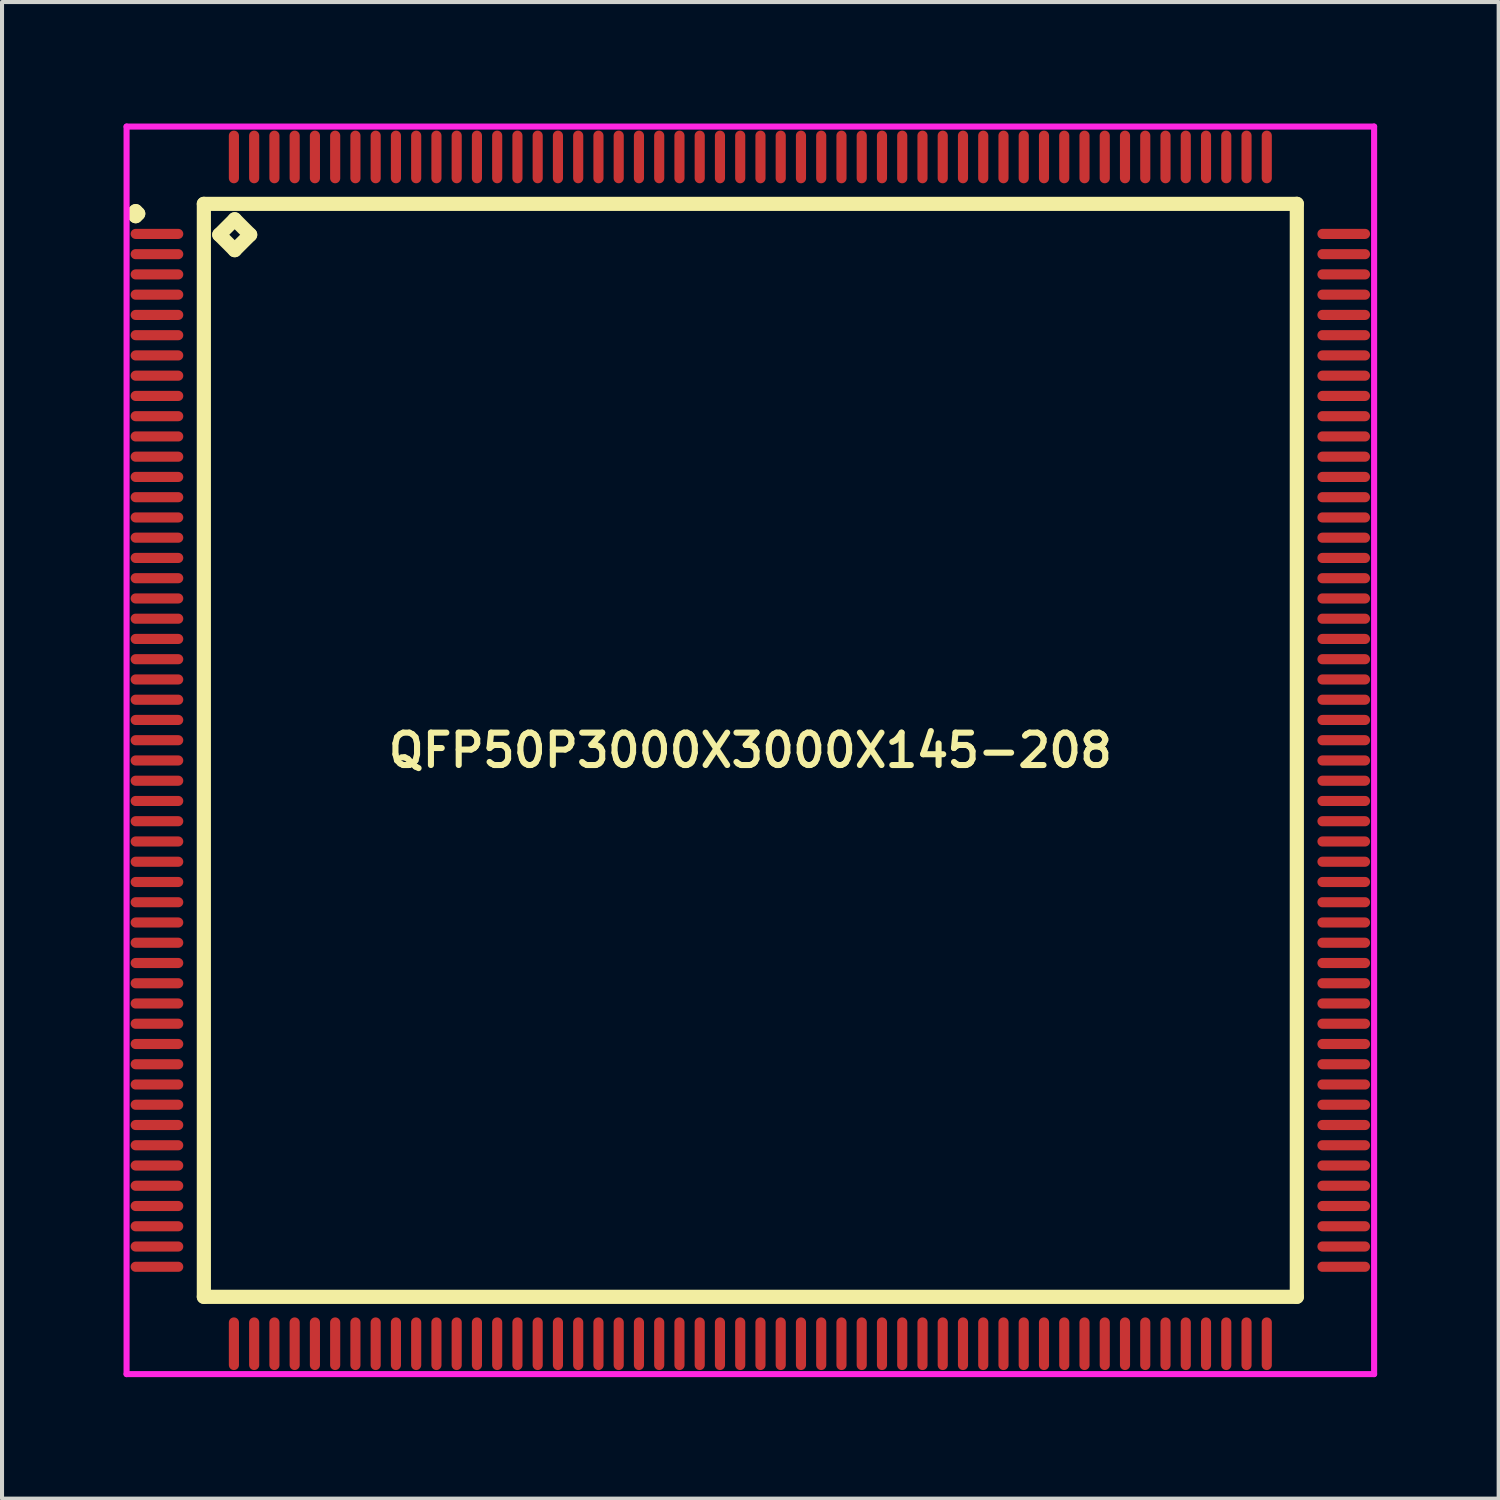
<source format=kicad_pcb>
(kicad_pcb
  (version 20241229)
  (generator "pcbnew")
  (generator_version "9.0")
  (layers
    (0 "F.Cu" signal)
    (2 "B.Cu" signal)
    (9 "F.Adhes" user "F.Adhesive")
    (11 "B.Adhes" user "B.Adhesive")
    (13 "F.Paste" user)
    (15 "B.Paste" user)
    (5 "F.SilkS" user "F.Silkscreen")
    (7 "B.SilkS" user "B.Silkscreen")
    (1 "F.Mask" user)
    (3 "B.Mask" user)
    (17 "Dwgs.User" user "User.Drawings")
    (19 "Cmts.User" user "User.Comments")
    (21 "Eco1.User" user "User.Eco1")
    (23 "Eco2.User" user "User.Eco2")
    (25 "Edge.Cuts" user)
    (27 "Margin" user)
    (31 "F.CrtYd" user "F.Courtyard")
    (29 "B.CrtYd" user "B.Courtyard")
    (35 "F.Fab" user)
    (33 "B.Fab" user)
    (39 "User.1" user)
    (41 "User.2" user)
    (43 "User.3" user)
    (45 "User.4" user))
  (footprint "QFP50P3000X3000X145-208"
    (layer "F.Cu")
    (at 15.475 15.475)
    (property "Reference" "QFP50P3000X3000X145-208" (at 0 0 0) (layer "F.SilkS") (effects (font (size 0.8 0.8) (thickness 0.15))))
    (attr smd)
    (fp_line (start -15.238 -13.25) (end -15.175 -13.312) (stroke (width 0.35) (type solid)) (layer "F.SilkS"))
    (fp_line (start -15.175 -13.312) (end -15.113 -13.25) (stroke (width 0.35) (type solid)) (layer "F.SilkS"))
    (fp_line (start -15.175 -13.188) (end -15.238 -13.25) (stroke (width 0.35) (type solid)) (layer "F.SilkS"))
    (fp_line (start -15.113 -13.25) (end -15.175 -13.188) (stroke (width 0.35) (type solid)) (layer "F.SilkS"))
    (fp_line (start -13.492 -13.492) (end -13.492 13.492) (stroke (width 0.35) (type solid)) (layer "F.SilkS"))
    (fp_line (start -13.492 13.492) (end 13.492 13.492) (stroke (width 0.35) (type solid)) (layer "F.SilkS"))
    (fp_line (start -13.111 -12.73) (end -12.73 -13.111) (stroke (width 0.35) (type solid)) (layer "F.SilkS"))
    (fp_line (start -12.73 -13.111) (end -12.349 -12.73) (stroke (width 0.35) (type solid)) (layer "F.SilkS"))
    (fp_line (start -12.73 -12.349) (end -13.111 -12.73) (stroke (width 0.35) (type solid)) (layer "F.SilkS"))
    (fp_line (start -12.349 -12.73) (end -12.73 -12.349) (stroke (width 0.35) (type solid)) (layer "F.SilkS"))
    (fp_line (start 13.492 -13.492) (end -13.492 -13.492) (stroke (width 0.35) (type solid)) (layer "F.SilkS"))
    (fp_line (start 13.492 13.492) (end 13.492 -13.492) (stroke (width 0.35) (type solid)) (layer "F.SilkS"))
    (fp_line (start -15.4 -15.4) (end 15.4 -15.4) (stroke (width 0.15) (type solid)) (layer "F.CrtYd"))
    (fp_line (start -15.4 15.4) (end -15.4 -15.4) (stroke (width 0.15) (type solid)) (layer "F.CrtYd"))
    (fp_line (start 15.4 -15.4) (end 15.4 15.4) (stroke (width 0.15) (type solid)) (layer "F.CrtYd"))
    (fp_line (start 15.4 15.4) (end -15.4 15.4) (stroke (width 0.15) (type solid)) (layer "F.CrtYd"))
    (pad "1" smd oval (at -14.65 -12.75) (size 1.3 0.25) (layers "F.Cu" "F.Mask" "F.Paste"))
    (pad "2" smd oval (at -14.65 -12.25) (size 1.3 0.25) (layers "F.Cu" "F.Mask" "F.Paste"))
    (pad "3" smd oval (at -14.65 -11.75) (size 1.3 0.25) (layers "F.Cu" "F.Mask" "F.Paste"))
    (pad "4" smd oval (at -14.65 -11.25) (size 1.3 0.25) (layers "F.Cu" "F.Mask" "F.Paste"))
    (pad "5" smd oval (at -14.65 -10.75) (size 1.3 0.25) (layers "F.Cu" "F.Mask" "F.Paste"))
    (pad "6" smd oval (at -14.65 -10.25) (size 1.3 0.25) (layers "F.Cu" "F.Mask" "F.Paste"))
    (pad "7" smd oval (at -14.65 -9.75) (size 1.3 0.25) (layers "F.Cu" "F.Mask" "F.Paste"))
    (pad "8" smd oval (at -14.65 -9.25) (size 1.3 0.25) (layers "F.Cu" "F.Mask" "F.Paste"))
    (pad "9" smd oval (at -14.65 -8.75) (size 1.3 0.25) (layers "F.Cu" "F.Mask" "F.Paste"))
    (pad "10" smd oval (at -14.65 -8.25) (size 1.3 0.25) (layers "F.Cu" "F.Mask" "F.Paste"))
    (pad "11" smd oval (at -14.65 -7.75) (size 1.3 0.25) (layers "F.Cu" "F.Mask" "F.Paste"))
    (pad "12" smd oval (at -14.65 -7.25) (size 1.3 0.25) (layers "F.Cu" "F.Mask" "F.Paste"))
    (pad "13" smd oval (at -14.65 -6.75) (size 1.3 0.25) (layers "F.Cu" "F.Mask" "F.Paste"))
    (pad "14" smd oval (at -14.65 -6.25) (size 1.3 0.25) (layers "F.Cu" "F.Mask" "F.Paste"))
    (pad "15" smd oval (at -14.65 -5.75) (size 1.3 0.25) (layers "F.Cu" "F.Mask" "F.Paste"))
    (pad "16" smd oval (at -14.65 -5.25) (size 1.3 0.25) (layers "F.Cu" "F.Mask" "F.Paste"))
    (pad "17" smd oval (at -14.65 -4.75) (size 1.3 0.25) (layers "F.Cu" "F.Mask" "F.Paste"))
    (pad "18" smd oval (at -14.65 -4.25) (size 1.3 0.25) (layers "F.Cu" "F.Mask" "F.Paste"))
    (pad "19" smd oval (at -14.65 -3.75) (size 1.3 0.25) (layers "F.Cu" "F.Mask" "F.Paste"))
    (pad "20" smd oval (at -14.65 -3.25) (size 1.3 0.25) (layers "F.Cu" "F.Mask" "F.Paste"))
    (pad "21" smd oval (at -14.65 -2.75) (size 1.3 0.25) (layers "F.Cu" "F.Mask" "F.Paste"))
    (pad "22" smd oval (at -14.65 -2.25) (size 1.3 0.25) (layers "F.Cu" "F.Mask" "F.Paste"))
    (pad "23" smd oval (at -14.65 -1.75) (size 1.3 0.25) (layers "F.Cu" "F.Mask" "F.Paste"))
    (pad "24" smd oval (at -14.65 -1.25) (size 1.3 0.25) (layers "F.Cu" "F.Mask" "F.Paste"))
    (pad "25" smd oval (at -14.65 -0.75) (size 1.3 0.25) (layers "F.Cu" "F.Mask" "F.Paste"))
    (pad "26" smd oval (at -14.65 -0.25) (size 1.3 0.25) (layers "F.Cu" "F.Mask" "F.Paste"))
    (pad "27" smd oval (at -14.65 0.25) (size 1.3 0.25) (layers "F.Cu" "F.Mask" "F.Paste"))
    (pad "28" smd oval (at -14.65 0.75) (size 1.3 0.25) (layers "F.Cu" "F.Mask" "F.Paste"))
    (pad "29" smd oval (at -14.65 1.25) (size 1.3 0.25) (layers "F.Cu" "F.Mask" "F.Paste"))
    (pad "30" smd oval (at -14.65 1.75) (size 1.3 0.25) (layers "F.Cu" "F.Mask" "F.Paste"))
    (pad "31" smd oval (at -14.65 2.25) (size 1.3 0.25) (layers "F.Cu" "F.Mask" "F.Paste"))
    (pad "32" smd oval (at -14.65 2.75) (size 1.3 0.25) (layers "F.Cu" "F.Mask" "F.Paste"))
    (pad "33" smd oval (at -14.65 3.25) (size 1.3 0.25) (layers "F.Cu" "F.Mask" "F.Paste"))
    (pad "34" smd oval (at -14.65 3.75) (size 1.3 0.25) (layers "F.Cu" "F.Mask" "F.Paste"))
    (pad "35" smd oval (at -14.65 4.25) (size 1.3 0.25) (layers "F.Cu" "F.Mask" "F.Paste"))
    (pad "36" smd oval (at -14.65 4.75) (size 1.3 0.25) (layers "F.Cu" "F.Mask" "F.Paste"))
    (pad "37" smd oval (at -14.65 5.25) (size 1.3 0.25) (layers "F.Cu" "F.Mask" "F.Paste"))
    (pad "38" smd oval (at -14.65 5.75) (size 1.3 0.25) (layers "F.Cu" "F.Mask" "F.Paste"))
    (pad "39" smd oval (at -14.65 6.25) (size 1.3 0.25) (layers "F.Cu" "F.Mask" "F.Paste"))
    (pad "40" smd oval (at -14.65 6.75) (size 1.3 0.25) (layers "F.Cu" "F.Mask" "F.Paste"))
    (pad "41" smd oval (at -14.65 7.25) (size 1.3 0.25) (layers "F.Cu" "F.Mask" "F.Paste"))
    (pad "42" smd oval (at -14.65 7.75) (size 1.3 0.25) (layers "F.Cu" "F.Mask" "F.Paste"))
    (pad "43" smd oval (at -14.65 8.25) (size 1.3 0.25) (layers "F.Cu" "F.Mask" "F.Paste"))
    (pad "44" smd oval (at -14.65 8.75) (size 1.3 0.25) (layers "F.Cu" "F.Mask" "F.Paste"))
    (pad "45" smd oval (at -14.65 9.25) (size 1.3 0.25) (layers "F.Cu" "F.Mask" "F.Paste"))
    (pad "46" smd oval (at -14.65 9.75) (size 1.3 0.25) (layers "F.Cu" "F.Mask" "F.Paste"))
    (pad "47" smd oval (at -14.65 10.25) (size 1.3 0.25) (layers "F.Cu" "F.Mask" "F.Paste"))
    (pad "48" smd oval (at -14.65 10.75) (size 1.3 0.25) (layers "F.Cu" "F.Mask" "F.Paste"))
    (pad "49" smd oval (at -14.65 11.25) (size 1.3 0.25) (layers "F.Cu" "F.Mask" "F.Paste"))
    (pad "50" smd oval (at -14.65 11.75) (size 1.3 0.25) (layers "F.Cu" "F.Mask" "F.Paste"))
    (pad "51" smd oval (at -14.65 12.25) (size 1.3 0.25) (layers "F.Cu" "F.Mask" "F.Paste"))
    (pad "52" smd oval (at -14.65 12.75) (size 1.3 0.25) (layers "F.Cu" "F.Mask" "F.Paste"))
    (pad "53" smd oval (at -12.75 14.65) (size 0.25 1.3) (layers "F.Cu" "F.Mask" "F.Paste"))
    (pad "54" smd oval (at -12.25 14.65) (size 0.25 1.3) (layers "F.Cu" "F.Mask" "F.Paste"))
    (pad "55" smd oval (at -11.75 14.65) (size 0.25 1.3) (layers "F.Cu" "F.Mask" "F.Paste"))
    (pad "56" smd oval (at -11.25 14.65) (size 0.25 1.3) (layers "F.Cu" "F.Mask" "F.Paste"))
    (pad "57" smd oval (at -10.75 14.65) (size 0.25 1.3) (layers "F.Cu" "F.Mask" "F.Paste"))
    (pad "58" smd oval (at -10.25 14.65) (size 0.25 1.3) (layers "F.Cu" "F.Mask" "F.Paste"))
    (pad "59" smd oval (at -9.75 14.65) (size 0.25 1.3) (layers "F.Cu" "F.Mask" "F.Paste"))
    (pad "60" smd oval (at -9.25 14.65) (size 0.25 1.3) (layers "F.Cu" "F.Mask" "F.Paste"))
    (pad "61" smd oval (at -8.75 14.65) (size 0.25 1.3) (layers "F.Cu" "F.Mask" "F.Paste"))
    (pad "62" smd oval (at -8.25 14.65) (size 0.25 1.3) (layers "F.Cu" "F.Mask" "F.Paste"))
    (pad "63" smd oval (at -7.75 14.65) (size 0.25 1.3) (layers "F.Cu" "F.Mask" "F.Paste"))
    (pad "64" smd oval (at -7.25 14.65) (size 0.25 1.3) (layers "F.Cu" "F.Mask" "F.Paste"))
    (pad "65" smd oval (at -6.75 14.65) (size 0.25 1.3) (layers "F.Cu" "F.Mask" "F.Paste"))
    (pad "66" smd oval (at -6.25 14.65) (size 0.25 1.3) (layers "F.Cu" "F.Mask" "F.Paste"))
    (pad "67" smd oval (at -5.75 14.65) (size 0.25 1.3) (layers "F.Cu" "F.Mask" "F.Paste"))
    (pad "68" smd oval (at -5.25 14.65) (size 0.25 1.3) (layers "F.Cu" "F.Mask" "F.Paste"))
    (pad "69" smd oval (at -4.75 14.65) (size 0.25 1.3) (layers "F.Cu" "F.Mask" "F.Paste"))
    (pad "70" smd oval (at -4.25 14.65) (size 0.25 1.3) (layers "F.Cu" "F.Mask" "F.Paste"))
    (pad "71" smd oval (at -3.75 14.65) (size 0.25 1.3) (layers "F.Cu" "F.Mask" "F.Paste"))
    (pad "72" smd oval (at -3.25 14.65) (size 0.25 1.3) (layers "F.Cu" "F.Mask" "F.Paste"))
    (pad "73" smd oval (at -2.75 14.65) (size 0.25 1.3) (layers "F.Cu" "F.Mask" "F.Paste"))
    (pad "74" smd oval (at -2.25 14.65) (size 0.25 1.3) (layers "F.Cu" "F.Mask" "F.Paste"))
    (pad "75" smd oval (at -1.75 14.65) (size 0.25 1.3) (layers "F.Cu" "F.Mask" "F.Paste"))
    (pad "76" smd oval (at -1.25 14.65) (size 0.25 1.3) (layers "F.Cu" "F.Mask" "F.Paste"))
    (pad "77" smd oval (at -0.75 14.65) (size 0.25 1.3) (layers "F.Cu" "F.Mask" "F.Paste"))
    (pad "78" smd oval (at -0.25 14.65) (size 0.25 1.3) (layers "F.Cu" "F.Mask" "F.Paste"))
    (pad "79" smd oval (at 0.25 14.65) (size 0.25 1.3) (layers "F.Cu" "F.Mask" "F.Paste"))
    (pad "80" smd oval (at 0.75 14.65) (size 0.25 1.3) (layers "F.Cu" "F.Mask" "F.Paste"))
    (pad "81" smd oval (at 1.25 14.65) (size 0.25 1.3) (layers "F.Cu" "F.Mask" "F.Paste"))
    (pad "82" smd oval (at 1.75 14.65) (size 0.25 1.3) (layers "F.Cu" "F.Mask" "F.Paste"))
    (pad "83" smd oval (at 2.25 14.65) (size 0.25 1.3) (layers "F.Cu" "F.Mask" "F.Paste"))
    (pad "84" smd oval (at 2.75 14.65) (size 0.25 1.3) (layers "F.Cu" "F.Mask" "F.Paste"))
    (pad "85" smd oval (at 3.25 14.65) (size 0.25 1.3) (layers "F.Cu" "F.Mask" "F.Paste"))
    (pad "86" smd oval (at 3.75 14.65) (size 0.25 1.3) (layers "F.Cu" "F.Mask" "F.Paste"))
    (pad "87" smd oval (at 4.25 14.65) (size 0.25 1.3) (layers "F.Cu" "F.Mask" "F.Paste"))
    (pad "88" smd oval (at 4.75 14.65) (size 0.25 1.3) (layers "F.Cu" "F.Mask" "F.Paste"))
    (pad "89" smd oval (at 5.25 14.65) (size 0.25 1.3) (layers "F.Cu" "F.Mask" "F.Paste"))
    (pad "90" smd oval (at 5.75 14.65) (size 0.25 1.3) (layers "F.Cu" "F.Mask" "F.Paste"))
    (pad "91" smd oval (at 6.25 14.65) (size 0.25 1.3) (layers "F.Cu" "F.Mask" "F.Paste"))
    (pad "92" smd oval (at 6.75 14.65) (size 0.25 1.3) (layers "F.Cu" "F.Mask" "F.Paste"))
    (pad "93" smd oval (at 7.25 14.65) (size 0.25 1.3) (layers "F.Cu" "F.Mask" "F.Paste"))
    (pad "94" smd oval (at 7.75 14.65) (size 0.25 1.3) (layers "F.Cu" "F.Mask" "F.Paste"))
    (pad "95" smd oval (at 8.25 14.65) (size 0.25 1.3) (layers "F.Cu" "F.Mask" "F.Paste"))
    (pad "96" smd oval (at 8.75 14.65) (size 0.25 1.3) (layers "F.Cu" "F.Mask" "F.Paste"))
    (pad "97" smd oval (at 9.25 14.65) (size 0.25 1.3) (layers "F.Cu" "F.Mask" "F.Paste"))
    (pad "98" smd oval (at 9.75 14.65) (size 0.25 1.3) (layers "F.Cu" "F.Mask" "F.Paste"))
    (pad "99" smd oval (at 10.25 14.65) (size 0.25 1.3) (layers "F.Cu" "F.Mask" "F.Paste"))
    (pad "100" smd oval (at 10.75 14.65) (size 0.25 1.3) (layers "F.Cu" "F.Mask" "F.Paste"))
    (pad "101" smd oval (at 11.25 14.65) (size 0.25 1.3) (layers "F.Cu" "F.Mask" "F.Paste"))
    (pad "102" smd oval (at 11.75 14.65) (size 0.25 1.3) (layers "F.Cu" "F.Mask" "F.Paste"))
    (pad "103" smd oval (at 12.25 14.65) (size 0.25 1.3) (layers "F.Cu" "F.Mask" "F.Paste"))
    (pad "104" smd oval (at 12.75 14.65) (size 0.25 1.3) (layers "F.Cu" "F.Mask" "F.Paste"))
    (pad "105" smd oval (at 14.65 12.75) (size 1.3 0.25) (layers "F.Cu" "F.Mask" "F.Paste"))
    (pad "106" smd oval (at 14.65 12.25) (size 1.3 0.25) (layers "F.Cu" "F.Mask" "F.Paste"))
    (pad "107" smd oval (at 14.65 11.75) (size 1.3 0.25) (layers "F.Cu" "F.Mask" "F.Paste"))
    (pad "108" smd oval (at 14.65 11.25) (size 1.3 0.25) (layers "F.Cu" "F.Mask" "F.Paste"))
    (pad "109" smd oval (at 14.65 10.75) (size 1.3 0.25) (layers "F.Cu" "F.Mask" "F.Paste"))
    (pad "110" smd oval (at 14.65 10.25) (size 1.3 0.25) (layers "F.Cu" "F.Mask" "F.Paste"))
    (pad "111" smd oval (at 14.65 9.75) (size 1.3 0.25) (layers "F.Cu" "F.Mask" "F.Paste"))
    (pad "112" smd oval (at 14.65 9.25) (size 1.3 0.25) (layers "F.Cu" "F.Mask" "F.Paste"))
    (pad "113" smd oval (at 14.65 8.75) (size 1.3 0.25) (layers "F.Cu" "F.Mask" "F.Paste"))
    (pad "114" smd oval (at 14.65 8.25) (size 1.3 0.25) (layers "F.Cu" "F.Mask" "F.Paste"))
    (pad "115" smd oval (at 14.65 7.75) (size 1.3 0.25) (layers "F.Cu" "F.Mask" "F.Paste"))
    (pad "116" smd oval (at 14.65 7.25) (size 1.3 0.25) (layers "F.Cu" "F.Mask" "F.Paste"))
    (pad "117" smd oval (at 14.65 6.75) (size 1.3 0.25) (layers "F.Cu" "F.Mask" "F.Paste"))
    (pad "118" smd oval (at 14.65 6.25) (size 1.3 0.25) (layers "F.Cu" "F.Mask" "F.Paste"))
    (pad "119" smd oval (at 14.65 5.75) (size 1.3 0.25) (layers "F.Cu" "F.Mask" "F.Paste"))
    (pad "120" smd oval (at 14.65 5.25) (size 1.3 0.25) (layers "F.Cu" "F.Mask" "F.Paste"))
    (pad "121" smd oval (at 14.65 4.75) (size 1.3 0.25) (layers "F.Cu" "F.Mask" "F.Paste"))
    (pad "122" smd oval (at 14.65 4.25) (size 1.3 0.25) (layers "F.Cu" "F.Mask" "F.Paste"))
    (pad "123" smd oval (at 14.65 3.75) (size 1.3 0.25) (layers "F.Cu" "F.Mask" "F.Paste"))
    (pad "124" smd oval (at 14.65 3.25) (size 1.3 0.25) (layers "F.Cu" "F.Mask" "F.Paste"))
    (pad "125" smd oval (at 14.65 2.75) (size 1.3 0.25) (layers "F.Cu" "F.Mask" "F.Paste"))
    (pad "126" smd oval (at 14.65 2.25) (size 1.3 0.25) (layers "F.Cu" "F.Mask" "F.Paste"))
    (pad "127" smd oval (at 14.65 1.75) (size 1.3 0.25) (layers "F.Cu" "F.Mask" "F.Paste"))
    (pad "128" smd oval (at 14.65 1.25) (size 1.3 0.25) (layers "F.Cu" "F.Mask" "F.Paste"))
    (pad "129" smd oval (at 14.65 0.75) (size 1.3 0.25) (layers "F.Cu" "F.Mask" "F.Paste"))
    (pad "130" smd oval (at 14.65 0.25) (size 1.3 0.25) (layers "F.Cu" "F.Mask" "F.Paste"))
    (pad "131" smd oval (at 14.65 -0.25) (size 1.3 0.25) (layers "F.Cu" "F.Mask" "F.Paste"))
    (pad "132" smd oval (at 14.65 -0.75) (size 1.3 0.25) (layers "F.Cu" "F.Mask" "F.Paste"))
    (pad "133" smd oval (at 14.65 -1.25) (size 1.3 0.25) (layers "F.Cu" "F.Mask" "F.Paste"))
    (pad "134" smd oval (at 14.65 -1.75) (size 1.3 0.25) (layers "F.Cu" "F.Mask" "F.Paste"))
    (pad "135" smd oval (at 14.65 -2.25) (size 1.3 0.25) (layers "F.Cu" "F.Mask" "F.Paste"))
    (pad "136" smd oval (at 14.65 -2.75) (size 1.3 0.25) (layers "F.Cu" "F.Mask" "F.Paste"))
    (pad "137" smd oval (at 14.65 -3.25) (size 1.3 0.25) (layers "F.Cu" "F.Mask" "F.Paste"))
    (pad "138" smd oval (at 14.65 -3.75) (size 1.3 0.25) (layers "F.Cu" "F.Mask" "F.Paste"))
    (pad "139" smd oval (at 14.65 -4.25) (size 1.3 0.25) (layers "F.Cu" "F.Mask" "F.Paste"))
    (pad "140" smd oval (at 14.65 -4.75) (size 1.3 0.25) (layers "F.Cu" "F.Mask" "F.Paste"))
    (pad "141" smd oval (at 14.65 -5.25) (size 1.3 0.25) (layers "F.Cu" "F.Mask" "F.Paste"))
    (pad "142" smd oval (at 14.65 -5.75) (size 1.3 0.25) (layers "F.Cu" "F.Mask" "F.Paste"))
    (pad "143" smd oval (at 14.65 -6.25) (size 1.3 0.25) (layers "F.Cu" "F.Mask" "F.Paste"))
    (pad "144" smd oval (at 14.65 -6.75) (size 1.3 0.25) (layers "F.Cu" "F.Mask" "F.Paste"))
    (pad "145" smd oval (at 14.65 -7.25) (size 1.3 0.25) (layers "F.Cu" "F.Mask" "F.Paste"))
    (pad "146" smd oval (at 14.65 -7.75) (size 1.3 0.25) (layers "F.Cu" "F.Mask" "F.Paste"))
    (pad "147" smd oval (at 14.65 -8.25) (size 1.3 0.25) (layers "F.Cu" "F.Mask" "F.Paste"))
    (pad "148" smd oval (at 14.65 -8.75) (size 1.3 0.25) (layers "F.Cu" "F.Mask" "F.Paste"))
    (pad "149" smd oval (at 14.65 -9.25) (size 1.3 0.25) (layers "F.Cu" "F.Mask" "F.Paste"))
    (pad "150" smd oval (at 14.65 -9.75) (size 1.3 0.25) (layers "F.Cu" "F.Mask" "F.Paste"))
    (pad "151" smd oval (at 14.65 -10.25) (size 1.3 0.25) (layers "F.Cu" "F.Mask" "F.Paste"))
    (pad "152" smd oval (at 14.65 -10.75) (size 1.3 0.25) (layers "F.Cu" "F.Mask" "F.Paste"))
    (pad "153" smd oval (at 14.65 -11.25) (size 1.3 0.25) (layers "F.Cu" "F.Mask" "F.Paste"))
    (pad "154" smd oval (at 14.65 -11.75) (size 1.3 0.25) (layers "F.Cu" "F.Mask" "F.Paste"))
    (pad "155" smd oval (at 14.65 -12.25) (size 1.3 0.25) (layers "F.Cu" "F.Mask" "F.Paste"))
    (pad "156" smd oval (at 14.65 -12.75) (size 1.3 0.25) (layers "F.Cu" "F.Mask" "F.Paste"))
    (pad "157" smd oval (at 12.75 -14.65) (size 0.25 1.3) (layers "F.Cu" "F.Mask" "F.Paste"))
    (pad "158" smd oval (at 12.25 -14.65) (size 0.25 1.3) (layers "F.Cu" "F.Mask" "F.Paste"))
    (pad "159" smd oval (at 11.75 -14.65) (size 0.25 1.3) (layers "F.Cu" "F.Mask" "F.Paste"))
    (pad "160" smd oval (at 11.25 -14.65) (size 0.25 1.3) (layers "F.Cu" "F.Mask" "F.Paste"))
    (pad "161" smd oval (at 10.75 -14.65) (size 0.25 1.3) (layers "F.Cu" "F.Mask" "F.Paste"))
    (pad "162" smd oval (at 10.25 -14.65) (size 0.25 1.3) (layers "F.Cu" "F.Mask" "F.Paste"))
    (pad "163" smd oval (at 9.75 -14.65) (size 0.25 1.3) (layers "F.Cu" "F.Mask" "F.Paste"))
    (pad "164" smd oval (at 9.25 -14.65) (size 0.25 1.3) (layers "F.Cu" "F.Mask" "F.Paste"))
    (pad "165" smd oval (at 8.75 -14.65) (size 0.25 1.3) (layers "F.Cu" "F.Mask" "F.Paste"))
    (pad "166" smd oval (at 8.25 -14.65) (size 0.25 1.3) (layers "F.Cu" "F.Mask" "F.Paste"))
    (pad "167" smd oval (at 7.75 -14.65) (size 0.25 1.3) (layers "F.Cu" "F.Mask" "F.Paste"))
    (pad "168" smd oval (at 7.25 -14.65) (size 0.25 1.3) (layers "F.Cu" "F.Mask" "F.Paste"))
    (pad "169" smd oval (at 6.75 -14.65) (size 0.25 1.3) (layers "F.Cu" "F.Mask" "F.Paste"))
    (pad "170" smd oval (at 6.25 -14.65) (size 0.25 1.3) (layers "F.Cu" "F.Mask" "F.Paste"))
    (pad "171" smd oval (at 5.75 -14.65) (size 0.25 1.3) (layers "F.Cu" "F.Mask" "F.Paste"))
    (pad "172" smd oval (at 5.25 -14.65) (size 0.25 1.3) (layers "F.Cu" "F.Mask" "F.Paste"))
    (pad "173" smd oval (at 4.75 -14.65) (size 0.25 1.3) (layers "F.Cu" "F.Mask" "F.Paste"))
    (pad "174" smd oval (at 4.25 -14.65) (size 0.25 1.3) (layers "F.Cu" "F.Mask" "F.Paste"))
    (pad "175" smd oval (at 3.75 -14.65) (size 0.25 1.3) (layers "F.Cu" "F.Mask" "F.Paste"))
    (pad "176" smd oval (at 3.25 -14.65) (size 0.25 1.3) (layers "F.Cu" "F.Mask" "F.Paste"))
    (pad "177" smd oval (at 2.75 -14.65) (size 0.25 1.3) (layers "F.Cu" "F.Mask" "F.Paste"))
    (pad "178" smd oval (at 2.25 -14.65) (size 0.25 1.3) (layers "F.Cu" "F.Mask" "F.Paste"))
    (pad "179" smd oval (at 1.75 -14.65) (size 0.25 1.3) (layers "F.Cu" "F.Mask" "F.Paste"))
    (pad "180" smd oval (at 1.25 -14.65) (size 0.25 1.3) (layers "F.Cu" "F.Mask" "F.Paste"))
    (pad "181" smd oval (at 0.75 -14.65) (size 0.25 1.3) (layers "F.Cu" "F.Mask" "F.Paste"))
    (pad "182" smd oval (at 0.25 -14.65) (size 0.25 1.3) (layers "F.Cu" "F.Mask" "F.Paste"))
    (pad "183" smd oval (at -0.25 -14.65) (size 0.25 1.3) (layers "F.Cu" "F.Mask" "F.Paste"))
    (pad "184" smd oval (at -0.75 -14.65) (size 0.25 1.3) (layers "F.Cu" "F.Mask" "F.Paste"))
    (pad "185" smd oval (at -1.25 -14.65) (size 0.25 1.3) (layers "F.Cu" "F.Mask" "F.Paste"))
    (pad "186" smd oval (at -1.75 -14.65) (size 0.25 1.3) (layers "F.Cu" "F.Mask" "F.Paste"))
    (pad "187" smd oval (at -2.25 -14.65) (size 0.25 1.3) (layers "F.Cu" "F.Mask" "F.Paste"))
    (pad "188" smd oval (at -2.75 -14.65) (size 0.25 1.3) (layers "F.Cu" "F.Mask" "F.Paste"))
    (pad "189" smd oval (at -3.25 -14.65) (size 0.25 1.3) (layers "F.Cu" "F.Mask" "F.Paste"))
    (pad "190" smd oval (at -3.75 -14.65) (size 0.25 1.3) (layers "F.Cu" "F.Mask" "F.Paste"))
    (pad "191" smd oval (at -4.25 -14.65) (size 0.25 1.3) (layers "F.Cu" "F.Mask" "F.Paste"))
    (pad "192" smd oval (at -4.75 -14.65) (size 0.25 1.3) (layers "F.Cu" "F.Mask" "F.Paste"))
    (pad "193" smd oval (at -5.25 -14.65) (size 0.25 1.3) (layers "F.Cu" "F.Mask" "F.Paste"))
    (pad "194" smd oval (at -5.75 -14.65) (size 0.25 1.3) (layers "F.Cu" "F.Mask" "F.Paste"))
    (pad "195" smd oval (at -6.25 -14.65) (size 0.25 1.3) (layers "F.Cu" "F.Mask" "F.Paste"))
    (pad "196" smd oval (at -6.75 -14.65) (size 0.25 1.3) (layers "F.Cu" "F.Mask" "F.Paste"))
    (pad "197" smd oval (at -7.25 -14.65) (size 0.25 1.3) (layers "F.Cu" "F.Mask" "F.Paste"))
    (pad "198" smd oval (at -7.75 -14.65) (size 0.25 1.3) (layers "F.Cu" "F.Mask" "F.Paste"))
    (pad "199" smd oval (at -8.25 -14.65) (size 0.25 1.3) (layers "F.Cu" "F.Mask" "F.Paste"))
    (pad "200" smd oval (at -8.75 -14.65) (size 0.25 1.3) (layers "F.Cu" "F.Mask" "F.Paste"))
    (pad "201" smd oval (at -9.25 -14.65) (size 0.25 1.3) (layers "F.Cu" "F.Mask" "F.Paste"))
    (pad "202" smd oval (at -9.75 -14.65) (size 0.25 1.3) (layers "F.Cu" "F.Mask" "F.Paste"))
    (pad "203" smd oval (at -10.25 -14.65) (size 0.25 1.3) (layers "F.Cu" "F.Mask" "F.Paste"))
    (pad "204" smd oval (at -10.75 -14.65) (size 0.25 1.3) (layers "F.Cu" "F.Mask" "F.Paste"))
    (pad "205" smd oval (at -11.25 -14.65) (size 0.25 1.3) (layers "F.Cu" "F.Mask" "F.Paste"))
    (pad "206" smd oval (at -11.75 -14.65) (size 0.25 1.3) (layers "F.Cu" "F.Mask" "F.Paste"))
    (pad "207" smd oval (at -12.25 -14.65) (size 0.25 1.3) (layers "F.Cu" "F.Mask" "F.Paste"))
    (pad "208" smd oval (at -12.75 -14.65) (size 0.25 1.3) (layers "F.Cu" "F.Mask" "F.Paste")))
  (gr_rect
    (start -3 -3)
    (end 33.95 33.95)
    (stroke (width 0.1) (type default))
    (fill no)
    (layer "Edge.Cuts")))
</source>
